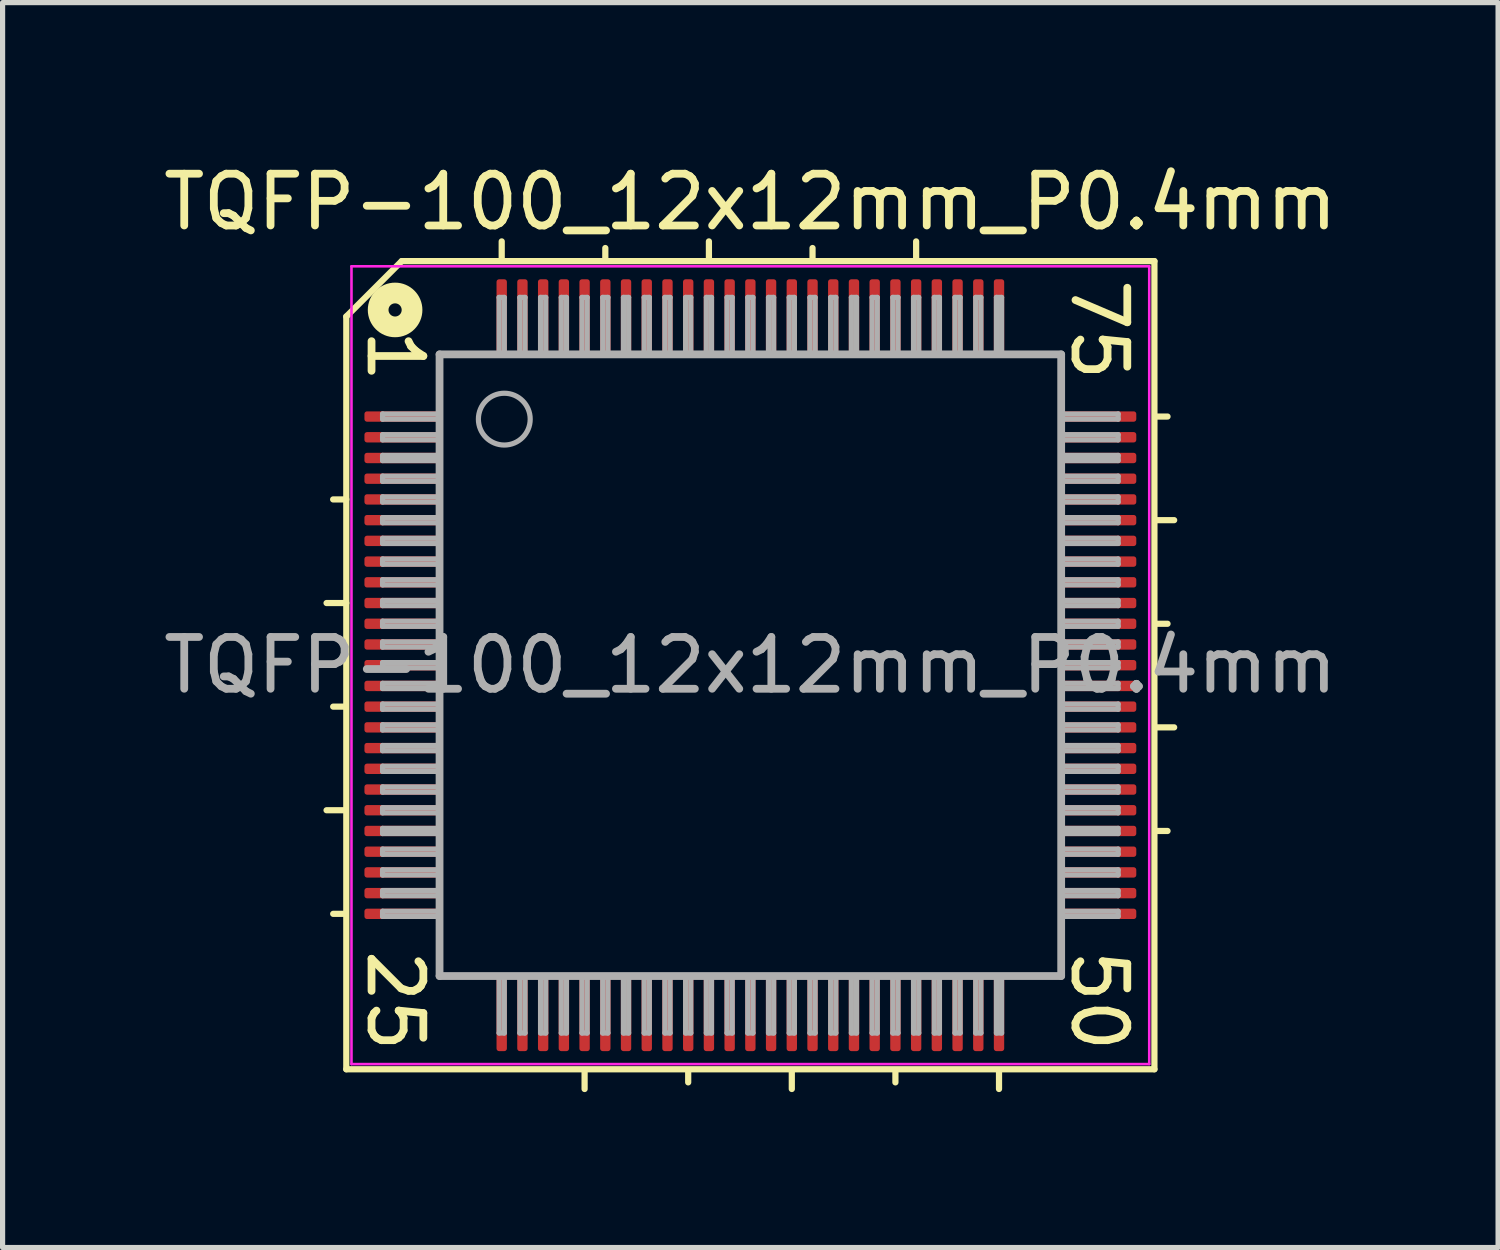
<source format=kicad_pcb>
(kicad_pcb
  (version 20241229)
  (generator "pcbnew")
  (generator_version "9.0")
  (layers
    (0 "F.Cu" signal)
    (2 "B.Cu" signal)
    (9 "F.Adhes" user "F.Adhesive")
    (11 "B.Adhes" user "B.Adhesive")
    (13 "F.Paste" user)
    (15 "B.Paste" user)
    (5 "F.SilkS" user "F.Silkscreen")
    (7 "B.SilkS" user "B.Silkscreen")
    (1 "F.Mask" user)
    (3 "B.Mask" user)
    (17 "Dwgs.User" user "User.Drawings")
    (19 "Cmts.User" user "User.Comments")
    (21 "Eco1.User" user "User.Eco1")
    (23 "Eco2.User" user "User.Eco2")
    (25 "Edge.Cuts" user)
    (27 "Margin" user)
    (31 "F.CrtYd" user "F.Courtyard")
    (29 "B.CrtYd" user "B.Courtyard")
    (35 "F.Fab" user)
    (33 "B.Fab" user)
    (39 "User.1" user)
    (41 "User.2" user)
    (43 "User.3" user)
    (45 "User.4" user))
  (footprint "TQFP-100_12x12mm_P0.4mm"
    (layer "F.Cu")
    (at 11.435 9.791)
    (property "Reference" "TQFP-100_12x12mm_P0.4mm" (at 0 -8.943 0) (layer "F.SilkS") (effects (font (size 1 1) (thickness 0.15))))
    (attr smd)
    (fp_line (start -8.181 -1.2) (end -7.8 -1.2) (stroke (width 0.12) (type solid)) (layer "F.SilkS"))
    (fp_line (start -8.181 2.8) (end -7.853 2.8) (stroke (width 0.12) (type solid)) (layer "F.SilkS"))
    (fp_line (start -8.053 0.8) (end -7.853 0.8) (stroke (width 0.12) (type solid)) (layer "F.SilkS"))
    (fp_line (start -8.053 4.8) (end -7.853 4.8) (stroke (width 0.12) (type solid)) (layer "F.SilkS"))
    (fp_line (start -7.8 -6.731) (end -7.8 7.8) (stroke (width 0.12) (type solid)) (layer "F.SilkS"))
    (fp_line (start -7.8 -3.2) (end -8.054 -3.2) (stroke (width 0.12) (type solid)) (layer "F.SilkS"))
    (fp_line (start -7.8 7.8) (end 7.8 7.8) (stroke (width 0.12) (type solid)) (layer "F.SilkS"))
    (fp_line (start -6.731 -7.8) (end -7.8 -6.731) (stroke (width 0.12) (type solid)) (layer "F.SilkS"))
    (fp_line (start -4.8 -8.181) (end -4.8 -7.853) (stroke (width 0.12) (type solid)) (layer "F.SilkS"))
    (fp_line (start -3.2 8.181) (end -3.2 7.853) (stroke (width 0.12) (type solid)) (layer "F.SilkS"))
    (fp_line (start -2.8 -8.053) (end -2.8 -7.853) (stroke (width 0.12) (type solid)) (layer "F.SilkS"))
    (fp_line (start -1.2 8.053) (end -1.2 7.853) (stroke (width 0.12) (type solid)) (layer "F.SilkS"))
    (fp_line (start -0.8 -8.181) (end -0.8 -7.853) (stroke (width 0.12) (type solid)) (layer "F.SilkS"))
    (fp_line (start 0.8 8.181) (end 0.8 7.853) (stroke (width 0.12) (type solid)) (layer "F.SilkS"))
    (fp_line (start 1.2 -8.053) (end 1.2 -7.853) (stroke (width 0.12) (type solid)) (layer "F.SilkS"))
    (fp_line (start 2.8 8.053) (end 2.8 7.853) (stroke (width 0.12) (type solid)) (layer "F.SilkS"))
    (fp_line (start 3.2 -8.181) (end 3.2 -7.853) (stroke (width 0.12) (type solid)) (layer "F.SilkS"))
    (fp_line (start 4.8 8.181) (end 4.8 7.853) (stroke (width 0.12) (type solid)) (layer "F.SilkS"))
    (fp_line (start 7.8 -7.8) (end -6.731 -7.8) (stroke (width 0.12) (type solid)) (layer "F.SilkS"))
    (fp_line (start 7.8 7.8) (end 7.8 -7.8) (stroke (width 0.12) (type solid)) (layer "F.SilkS"))
    (fp_line (start 8.053 -4.8) (end 7.853 -4.8) (stroke (width 0.12) (type solid)) (layer "F.SilkS"))
    (fp_line (start 8.053 -0.8) (end 7.853 -0.8) (stroke (width 0.12) (type solid)) (layer "F.SilkS"))
    (fp_line (start 8.053 3.2) (end 7.853 3.2) (stroke (width 0.12) (type solid)) (layer "F.SilkS"))
    (fp_line (start 8.181 -2.8) (end 7.853 -2.8) (stroke (width 0.12) (type solid)) (layer "F.SilkS"))
    (fp_line (start 8.181 1.2) (end 7.853 1.2) (stroke (width 0.12) (type solid)) (layer "F.SilkS"))
    (fp_circle (center -6.858 -6.858) (end -6.731 -6.858) (stroke (width 0.4) (type solid)) (fill no) (layer "F.SilkS"))
    (fp_line (start -7.7 -7.7) (end -7.7 7.7) (stroke (width 0.05) (type solid)) (layer "F.CrtYd"))
    (fp_line (start -7.7 -7.7) (end 7.7 -7.7) (stroke (width 0.05) (type solid)) (layer "F.CrtYd"))
    (fp_line (start -7.7 7.7) (end 7.7 7.7) (stroke (width 0.05) (type solid)) (layer "F.CrtYd"))
    (fp_line (start 7.7 -7.7) (end 7.7 7.7) (stroke (width 0.05) (type solid)) (layer "F.CrtYd"))
    (fp_line (start -7.1 -4.85) (end -7.1 -4.75) (stroke (width 0.1) (type solid)) (layer "F.Fab"))
    (fp_line (start -7.1 -4.85) (end -6 -4.85) (stroke (width 0.1) (type solid)) (layer "F.Fab"))
    (fp_line (start -7.1 -4.75) (end -6 -4.75) (stroke (width 0.1) (type solid)) (layer "F.Fab"))
    (fp_line (start -7.1 -4.45) (end -7.1 -4.35) (stroke (width 0.1) (type solid)) (layer "F.Fab"))
    (fp_line (start -7.1 -4.45) (end -6 -4.45) (stroke (width 0.1) (type solid)) (layer "F.Fab"))
    (fp_line (start -7.1 -4.35) (end -6 -4.35) (stroke (width 0.1) (type solid)) (layer "F.Fab"))
    (fp_line (start -7.1 -4.05) (end -7.1 -3.95) (stroke (width 0.1) (type solid)) (layer "F.Fab"))
    (fp_line (start -7.1 -4.05) (end -6 -4.05) (stroke (width 0.1) (type solid)) (layer "F.Fab"))
    (fp_line (start -7.1 -3.95) (end -6 -3.95) (stroke (width 0.1) (type solid)) (layer "F.Fab"))
    (fp_line (start -7.1 -3.65) (end -7.1 -3.55) (stroke (width 0.1) (type solid)) (layer "F.Fab"))
    (fp_line (start -7.1 -3.65) (end -6 -3.65) (stroke (width 0.1) (type solid)) (layer "F.Fab"))
    (fp_line (start -7.1 -3.55) (end -6 -3.55) (stroke (width 0.1) (type solid)) (layer "F.Fab"))
    (fp_line (start -7.1 -3.25) (end -7.1 -3.15) (stroke (width 0.1) (type solid)) (layer "F.Fab"))
    (fp_line (start -7.1 -3.25) (end -6 -3.25) (stroke (width 0.1) (type solid)) (layer "F.Fab"))
    (fp_line (start -7.1 -3.15) (end -6 -3.15) (stroke (width 0.1) (type solid)) (layer "F.Fab"))
    (fp_line (start -7.1 -2.85) (end -7.1 -2.75) (stroke (width 0.1) (type solid)) (layer "F.Fab"))
    (fp_line (start -7.1 -2.85) (end -6 -2.85) (stroke (width 0.1) (type solid)) (layer "F.Fab"))
    (fp_line (start -7.1 -2.75) (end -6 -2.75) (stroke (width 0.1) (type solid)) (layer "F.Fab"))
    (fp_line (start -7.1 -2.45) (end -7.1 -2.35) (stroke (width 0.1) (type solid)) (layer "F.Fab"))
    (fp_line (start -7.1 -2.45) (end -6 -2.45) (stroke (width 0.1) (type solid)) (layer "F.Fab"))
    (fp_line (start -7.1 -2.35) (end -6 -2.35) (stroke (width 0.1) (type solid)) (layer "F.Fab"))
    (fp_line (start -7.1 -2.05) (end -7.1 -1.95) (stroke (width 0.1) (type solid)) (layer "F.Fab"))
    (fp_line (start -7.1 -2.05) (end -6 -2.05) (stroke (width 0.1) (type solid)) (layer "F.Fab"))
    (fp_line (start -7.1 -1.95) (end -6 -1.95) (stroke (width 0.1) (type solid)) (layer "F.Fab"))
    (fp_line (start -7.1 -1.65) (end -7.1 -1.55) (stroke (width 0.1) (type solid)) (layer "F.Fab"))
    (fp_line (start -7.1 -1.65) (end -6 -1.65) (stroke (width 0.1) (type solid)) (layer "F.Fab"))
    (fp_line (start -7.1 -1.55) (end -6 -1.55) (stroke (width 0.1) (type solid)) (layer "F.Fab"))
    (fp_line (start -7.1 -1.25) (end -7.1 -1.15) (stroke (width 0.1) (type solid)) (layer "F.Fab"))
    (fp_line (start -7.1 -1.25) (end -6 -1.25) (stroke (width 0.1) (type solid)) (layer "F.Fab"))
    (fp_line (start -7.1 -1.15) (end -6 -1.15) (stroke (width 0.1) (type solid)) (layer "F.Fab"))
    (fp_line (start -7.1 -0.85) (end -7.1 -0.75) (stroke (width 0.1) (type solid)) (layer "F.Fab"))
    (fp_line (start -7.1 -0.85) (end -6 -0.85) (stroke (width 0.1) (type solid)) (layer "F.Fab"))
    (fp_line (start -7.1 -0.75) (end -6 -0.75) (stroke (width 0.1) (type solid)) (layer "F.Fab"))
    (fp_line (start -7.1 -0.45) (end -7.1 -0.35) (stroke (width 0.1) (type solid)) (layer "F.Fab"))
    (fp_line (start -7.1 -0.45) (end -6 -0.45) (stroke (width 0.1) (type solid)) (layer "F.Fab"))
    (fp_line (start -7.1 -0.35) (end -6 -0.35) (stroke (width 0.1) (type solid)) (layer "F.Fab"))
    (fp_line (start -7.1 -0.05) (end -7.1 0.05) (stroke (width 0.1) (type solid)) (layer "F.Fab"))
    (fp_line (start -7.1 -0.05) (end -6 -0.05) (stroke (width 0.1) (type solid)) (layer "F.Fab"))
    (fp_line (start -7.1 0.05) (end -6 0.05) (stroke (width 0.1) (type solid)) (layer "F.Fab"))
    (fp_line (start -7.1 0.35) (end -7.1 0.45) (stroke (width 0.1) (type solid)) (layer "F.Fab"))
    (fp_line (start -7.1 0.35) (end -6 0.35) (stroke (width 0.1) (type solid)) (layer "F.Fab"))
    (fp_line (start -7.1 0.45) (end -6 0.45) (stroke (width 0.1) (type solid)) (layer "F.Fab"))
    (fp_line (start -7.1 0.75) (end -7.1 0.85) (stroke (width 0.1) (type solid)) (layer "F.Fab"))
    (fp_line (start -7.1 0.75) (end -6 0.75) (stroke (width 0.1) (type solid)) (layer "F.Fab"))
    (fp_line (start -7.1 0.85) (end -6 0.85) (stroke (width 0.1) (type solid)) (layer "F.Fab"))
    (fp_line (start -7.1 1.15) (end -7.1 1.25) (stroke (width 0.1) (type solid)) (layer "F.Fab"))
    (fp_line (start -7.1 1.15) (end -6 1.15) (stroke (width 0.1) (type solid)) (layer "F.Fab"))
    (fp_line (start -7.1 1.25) (end -6 1.25) (stroke (width 0.1) (type solid)) (layer "F.Fab"))
    (fp_line (start -7.1 1.55) (end -7.1 1.65) (stroke (width 0.1) (type solid)) (layer "F.Fab"))
    (fp_line (start -7.1 1.55) (end -6 1.55) (stroke (width 0.1) (type solid)) (layer "F.Fab"))
    (fp_line (start -7.1 1.65) (end -6 1.65) (stroke (width 0.1) (type solid)) (layer "F.Fab"))
    (fp_line (start -7.1 1.95) (end -7.1 2.05) (stroke (width 0.1) (type solid)) (layer "F.Fab"))
    (fp_line (start -7.1 1.95) (end -6 1.95) (stroke (width 0.1) (type solid)) (layer "F.Fab"))
    (fp_line (start -7.1 2.05) (end -6 2.05) (stroke (width 0.1) (type solid)) (layer "F.Fab"))
    (fp_line (start -7.1 2.35) (end -7.1 2.45) (stroke (width 0.1) (type solid)) (layer "F.Fab"))
    (fp_line (start -7.1 2.35) (end -6 2.35) (stroke (width 0.1) (type solid)) (layer "F.Fab"))
    (fp_line (start -7.1 2.45) (end -6 2.45) (stroke (width 0.1) (type solid)) (layer "F.Fab"))
    (fp_line (start -7.1 2.75) (end -7.1 2.85) (stroke (width 0.1) (type solid)) (layer "F.Fab"))
    (fp_line (start -7.1 2.75) (end -6 2.75) (stroke (width 0.1) (type solid)) (layer "F.Fab"))
    (fp_line (start -7.1 2.85) (end -6 2.85) (stroke (width 0.1) (type solid)) (layer "F.Fab"))
    (fp_line (start -7.1 3.15) (end -7.1 3.25) (stroke (width 0.1) (type solid)) (layer "F.Fab"))
    (fp_line (start -7.1 3.15) (end -6 3.15) (stroke (width 0.1) (type solid)) (layer "F.Fab"))
    (fp_line (start -7.1 3.25) (end -6 3.25) (stroke (width 0.1) (type solid)) (layer "F.Fab"))
    (fp_line (start -7.1 3.55) (end -7.1 3.65) (stroke (width 0.1) (type solid)) (layer "F.Fab"))
    (fp_line (start -7.1 3.55) (end -6 3.55) (stroke (width 0.1) (type solid)) (layer "F.Fab"))
    (fp_line (start -7.1 3.65) (end -6 3.65) (stroke (width 0.1) (type solid)) (layer "F.Fab"))
    (fp_line (start -7.1 3.95) (end -7.1 4.05) (stroke (width 0.1) (type solid)) (layer "F.Fab"))
    (fp_line (start -7.1 3.95) (end -6 3.95) (stroke (width 0.1) (type solid)) (layer "F.Fab"))
    (fp_line (start -7.1 4.05) (end -6 4.05) (stroke (width 0.1) (type solid)) (layer "F.Fab"))
    (fp_line (start -7.1 4.35) (end -7.1 4.45) (stroke (width 0.1) (type solid)) (layer "F.Fab"))
    (fp_line (start -7.1 4.35) (end -6 4.35) (stroke (width 0.1) (type solid)) (layer "F.Fab"))
    (fp_line (start -7.1 4.45) (end -6 4.45) (stroke (width 0.1) (type solid)) (layer "F.Fab"))
    (fp_line (start -7.1 4.75) (end -7.1 4.85) (stroke (width 0.1) (type solid)) (layer "F.Fab"))
    (fp_line (start -7.1 4.75) (end -6 4.75) (stroke (width 0.1) (type solid)) (layer "F.Fab"))
    (fp_line (start -7.1 4.85) (end -6 4.85) (stroke (width 0.1) (type solid)) (layer "F.Fab"))
    (fp_line (start -6 -6) (end 6 -6) (stroke (width 0.15) (type solid)) (layer "F.Fab"))
    (fp_line (start -6 6) (end -6 -6) (stroke (width 0.15) (type solid)) (layer "F.Fab"))
    (fp_line (start -4.85 -7.1) (end -4.85 -6) (stroke (width 0.1) (type solid)) (layer "F.Fab"))
    (fp_line (start -4.85 7.1) (end -4.85 6) (stroke (width 0.1) (type solid)) (layer "F.Fab"))
    (fp_line (start -4.85 7.1) (end -4.75 7.1) (stroke (width 0.1) (type solid)) (layer "F.Fab"))
    (fp_line (start -4.75 -7.1) (end -4.85 -7.1) (stroke (width 0.1) (type solid)) (layer "F.Fab"))
    (fp_line (start -4.75 -7.1) (end -4.75 -6) (stroke (width 0.1) (type solid)) (layer "F.Fab"))
    (fp_line (start -4.75 7.1) (end -4.75 6) (stroke (width 0.1) (type solid)) (layer "F.Fab"))
    (fp_line (start -4.45 -7.1) (end -4.45 -6) (stroke (width 0.1) (type solid)) (layer "F.Fab"))
    (fp_line (start -4.45 7.1) (end -4.45 6) (stroke (width 0.1) (type solid)) (layer "F.Fab"))
    (fp_line (start -4.45 7.1) (end -4.35 7.1) (stroke (width 0.1) (type solid)) (layer "F.Fab"))
    (fp_line (start -4.35 -7.1) (end -4.45 -7.1) (stroke (width 0.1) (type solid)) (layer "F.Fab"))
    (fp_line (start -4.35 -7.1) (end -4.35 -6) (stroke (width 0.1) (type solid)) (layer "F.Fab"))
    (fp_line (start -4.35 7.1) (end -4.35 6) (stroke (width 0.1) (type solid)) (layer "F.Fab"))
    (fp_line (start -4.05 -7.1) (end -4.05 -6) (stroke (width 0.1) (type solid)) (layer "F.Fab"))
    (fp_line (start -4.05 7.1) (end -4.05 6) (stroke (width 0.1) (type solid)) (layer "F.Fab"))
    (fp_line (start -4.05 7.1) (end -3.95 7.1) (stroke (width 0.1) (type solid)) (layer "F.Fab"))
    (fp_line (start -3.95 -7.1) (end -4.05 -7.1) (stroke (width 0.1) (type solid)) (layer "F.Fab"))
    (fp_line (start -3.95 -7.1) (end -3.95 -6) (stroke (width 0.1) (type solid)) (layer "F.Fab"))
    (fp_line (start -3.95 7.1) (end -3.95 6) (stroke (width 0.1) (type solid)) (layer "F.Fab"))
    (fp_line (start -3.65 -7.1) (end -3.65 -6) (stroke (width 0.1) (type solid)) (layer "F.Fab"))
    (fp_line (start -3.65 7.1) (end -3.65 6) (stroke (width 0.1) (type solid)) (layer "F.Fab"))
    (fp_line (start -3.65 7.1) (end -3.55 7.1) (stroke (width 0.1) (type solid)) (layer "F.Fab"))
    (fp_line (start -3.55 -7.1) (end -3.65 -7.1) (stroke (width 0.1) (type solid)) (layer "F.Fab"))
    (fp_line (start -3.55 -7.1) (end -3.55 -6) (stroke (width 0.1) (type solid)) (layer "F.Fab"))
    (fp_line (start -3.55 7.1) (end -3.55 6) (stroke (width 0.1) (type solid)) (layer "F.Fab"))
    (fp_line (start -3.25 -7.1) (end -3.25 -6) (stroke (width 0.1) (type solid)) (layer "F.Fab"))
    (fp_line (start -3.25 7.1) (end -3.25 6) (stroke (width 0.1) (type solid)) (layer "F.Fab"))
    (fp_line (start -3.25 7.1) (end -3.15 7.1) (stroke (width 0.1) (type solid)) (layer "F.Fab"))
    (fp_line (start -3.15 -7.1) (end -3.25 -7.1) (stroke (width 0.1) (type solid)) (layer "F.Fab"))
    (fp_line (start -3.15 -7.1) (end -3.15 -6) (stroke (width 0.1) (type solid)) (layer "F.Fab"))
    (fp_line (start -3.15 7.1) (end -3.15 6) (stroke (width 0.1) (type solid)) (layer "F.Fab"))
    (fp_line (start -2.85 -7.1) (end -2.85 -6) (stroke (width 0.1) (type solid)) (layer "F.Fab"))
    (fp_line (start -2.85 7.1) (end -2.85 6) (stroke (width 0.1) (type solid)) (layer "F.Fab"))
    (fp_line (start -2.85 7.1) (end -2.75 7.1) (stroke (width 0.1) (type solid)) (layer "F.Fab"))
    (fp_line (start -2.75 -7.1) (end -2.85 -7.1) (stroke (width 0.1) (type solid)) (layer "F.Fab"))
    (fp_line (start -2.75 -7.1) (end -2.75 -6) (stroke (width 0.1) (type solid)) (layer "F.Fab"))
    (fp_line (start -2.75 7.1) (end -2.75 6) (stroke (width 0.1) (type solid)) (layer "F.Fab"))
    (fp_line (start -2.45 -7.1) (end -2.45 -6) (stroke (width 0.1) (type solid)) (layer "F.Fab"))
    (fp_line (start -2.45 7.1) (end -2.45 6) (stroke (width 0.1) (type solid)) (layer "F.Fab"))
    (fp_line (start -2.45 7.1) (end -2.35 7.1) (stroke (width 0.1) (type solid)) (layer "F.Fab"))
    (fp_line (start -2.35 -7.1) (end -2.45 -7.1) (stroke (width 0.1) (type solid)) (layer "F.Fab"))
    (fp_line (start -2.35 -7.1) (end -2.35 -6) (stroke (width 0.1) (type solid)) (layer "F.Fab"))
    (fp_line (start -2.35 7.1) (end -2.35 6) (stroke (width 0.1) (type solid)) (layer "F.Fab"))
    (fp_line (start -2.05 -7.1) (end -2.05 -6) (stroke (width 0.1) (type solid)) (layer "F.Fab"))
    (fp_line (start -2.05 7.1) (end -2.05 6) (stroke (width 0.1) (type solid)) (layer "F.Fab"))
    (fp_line (start -2.05 7.1) (end -1.95 7.1) (stroke (width 0.1) (type solid)) (layer "F.Fab"))
    (fp_line (start -1.95 -7.1) (end -2.05 -7.1) (stroke (width 0.1) (type solid)) (layer "F.Fab"))
    (fp_line (start -1.95 -7.1) (end -1.95 -6) (stroke (width 0.1) (type solid)) (layer "F.Fab"))
    (fp_line (start -1.95 7.1) (end -1.95 6) (stroke (width 0.1) (type solid)) (layer "F.Fab"))
    (fp_line (start -1.65 -7.1) (end -1.65 -6) (stroke (width 0.1) (type solid)) (layer "F.Fab"))
    (fp_line (start -1.65 7.1) (end -1.65 6) (stroke (width 0.1) (type solid)) (layer "F.Fab"))
    (fp_line (start -1.65 7.1) (end -1.55 7.1) (stroke (width 0.1) (type solid)) (layer "F.Fab"))
    (fp_line (start -1.55 -7.1) (end -1.65 -7.1) (stroke (width 0.1) (type solid)) (layer "F.Fab"))
    (fp_line (start -1.55 -7.1) (end -1.55 -6) (stroke (width 0.1) (type solid)) (layer "F.Fab"))
    (fp_line (start -1.55 7.1) (end -1.55 6) (stroke (width 0.1) (type solid)) (layer "F.Fab"))
    (fp_line (start -1.25 -7.1) (end -1.25 -6) (stroke (width 0.1) (type solid)) (layer "F.Fab"))
    (fp_line (start -1.25 7.1) (end -1.25 6) (stroke (width 0.1) (type solid)) (layer "F.Fab"))
    (fp_line (start -1.25 7.1) (end -1.15 7.1) (stroke (width 0.1) (type solid)) (layer "F.Fab"))
    (fp_line (start -1.15 -7.1) (end -1.25 -7.1) (stroke (width 0.1) (type solid)) (layer "F.Fab"))
    (fp_line (start -1.15 -7.1) (end -1.15 -6) (stroke (width 0.1) (type solid)) (layer "F.Fab"))
    (fp_line (start -1.15 7.1) (end -1.15 6) (stroke (width 0.1) (type solid)) (layer "F.Fab"))
    (fp_line (start -0.85 -7.1) (end -0.85 -6) (stroke (width 0.1) (type solid)) (layer "F.Fab"))
    (fp_line (start -0.85 7.1) (end -0.85 6) (stroke (width 0.1) (type solid)) (layer "F.Fab"))
    (fp_line (start -0.85 7.1) (end -0.75 7.1) (stroke (width 0.1) (type solid)) (layer "F.Fab"))
    (fp_line (start -0.75 -7.1) (end -0.85 -7.1) (stroke (width 0.1) (type solid)) (layer "F.Fab"))
    (fp_line (start -0.75 -7.1) (end -0.75 -6) (stroke (width 0.1) (type solid)) (layer "F.Fab"))
    (fp_line (start -0.75 7.1) (end -0.75 6) (stroke (width 0.1) (type solid)) (layer "F.Fab"))
    (fp_line (start -0.45 -7.1) (end -0.45 -6) (stroke (width 0.1) (type solid)) (layer "F.Fab"))
    (fp_line (start -0.45 7.1) (end -0.45 6) (stroke (width 0.1) (type solid)) (layer "F.Fab"))
    (fp_line (start -0.45 7.1) (end -0.35 7.1) (stroke (width 0.1) (type solid)) (layer "F.Fab"))
    (fp_line (start -0.35 -7.1) (end -0.45 -7.1) (stroke (width 0.1) (type solid)) (layer "F.Fab"))
    (fp_line (start -0.35 -7.1) (end -0.35 -6) (stroke (width 0.1) (type solid)) (layer "F.Fab"))
    (fp_line (start -0.35 7.1) (end -0.35 6) (stroke (width 0.1) (type solid)) (layer "F.Fab"))
    (fp_line (start -0.05 -7.1) (end -0.05 -6) (stroke (width 0.1) (type solid)) (layer "F.Fab"))
    (fp_line (start -0.05 7.1) (end -0.05 6) (stroke (width 0.1) (type solid)) (layer "F.Fab"))
    (fp_line (start -0.05 7.1) (end 0.05 7.1) (stroke (width 0.1) (type solid)) (layer "F.Fab"))
    (fp_line (start 0.05 -7.1) (end -0.05 -7.1) (stroke (width 0.1) (type solid)) (layer "F.Fab"))
    (fp_line (start 0.05 -7.1) (end 0.05 -6) (stroke (width 0.1) (type solid)) (layer "F.Fab"))
    (fp_line (start 0.05 7.1) (end 0.05 6) (stroke (width 0.1) (type solid)) (layer "F.Fab"))
    (fp_line (start 0.35 -7.1) (end 0.35 -6) (stroke (width 0.1) (type solid)) (layer "F.Fab"))
    (fp_line (start 0.35 7.1) (end 0.35 6) (stroke (width 0.1) (type solid)) (layer "F.Fab"))
    (fp_line (start 0.35 7.1) (end 0.45 7.1) (stroke (width 0.1) (type solid)) (layer "F.Fab"))
    (fp_line (start 0.45 -7.1) (end 0.35 -7.1) (stroke (width 0.1) (type solid)) (layer "F.Fab"))
    (fp_line (start 0.45 -7.1) (end 0.45 -6) (stroke (width 0.1) (type solid)) (layer "F.Fab"))
    (fp_line (start 0.45 7.1) (end 0.45 6) (stroke (width 0.1) (type solid)) (layer "F.Fab"))
    (fp_line (start 0.75 -7.1) (end 0.75 -6) (stroke (width 0.1) (type solid)) (layer "F.Fab"))
    (fp_line (start 0.75 7.1) (end 0.75 6) (stroke (width 0.1) (type solid)) (layer "F.Fab"))
    (fp_line (start 0.75 7.1) (end 0.85 7.1) (stroke (width 0.1) (type solid)) (layer "F.Fab"))
    (fp_line (start 0.85 -7.1) (end 0.75 -7.1) (stroke (width 0.1) (type solid)) (layer "F.Fab"))
    (fp_line (start 0.85 -7.1) (end 0.85 -6) (stroke (width 0.1) (type solid)) (layer "F.Fab"))
    (fp_line (start 0.85 7.1) (end 0.85 6) (stroke (width 0.1) (type solid)) (layer "F.Fab"))
    (fp_line (start 1.15 -7.1) (end 1.15 -6) (stroke (width 0.1) (type solid)) (layer "F.Fab"))
    (fp_line (start 1.15 7.1) (end 1.15 6) (stroke (width 0.1) (type solid)) (layer "F.Fab"))
    (fp_line (start 1.15 7.1) (end 1.25 7.1) (stroke (width 0.1) (type solid)) (layer "F.Fab"))
    (fp_line (start 1.25 -7.1) (end 1.15 -7.1) (stroke (width 0.1) (type solid)) (layer "F.Fab"))
    (fp_line (start 1.25 -7.1) (end 1.25 -6) (stroke (width 0.1) (type solid)) (layer "F.Fab"))
    (fp_line (start 1.25 7.1) (end 1.25 6) (stroke (width 0.1) (type solid)) (layer "F.Fab"))
    (fp_line (start 1.55 -7.1) (end 1.55 -6) (stroke (width 0.1) (type solid)) (layer "F.Fab"))
    (fp_line (start 1.55 7.1) (end 1.55 6) (stroke (width 0.1) (type solid)) (layer "F.Fab"))
    (fp_line (start 1.55 7.1) (end 1.65 7.1) (stroke (width 0.1) (type solid)) (layer "F.Fab"))
    (fp_line (start 1.65 -7.1) (end 1.55 -7.1) (stroke (width 0.1) (type solid)) (layer "F.Fab"))
    (fp_line (start 1.65 -7.1) (end 1.65 -6) (stroke (width 0.1) (type solid)) (layer "F.Fab"))
    (fp_line (start 1.65 7.1) (end 1.65 6) (stroke (width 0.1) (type solid)) (layer "F.Fab"))
    (fp_line (start 1.95 -7.1) (end 1.95 -6) (stroke (width 0.1) (type solid)) (layer "F.Fab"))
    (fp_line (start 1.95 7.1) (end 1.95 6) (stroke (width 0.1) (type solid)) (layer "F.Fab"))
    (fp_line (start 1.95 7.1) (end 2.05 7.1) (stroke (width 0.1) (type solid)) (layer "F.Fab"))
    (fp_line (start 2.05 -7.1) (end 1.95 -7.1) (stroke (width 0.1) (type solid)) (layer "F.Fab"))
    (fp_line (start 2.05 -7.1) (end 2.05 -6) (stroke (width 0.1) (type solid)) (layer "F.Fab"))
    (fp_line (start 2.05 7.1) (end 2.05 6) (stroke (width 0.1) (type solid)) (layer "F.Fab"))
    (fp_line (start 2.35 -7.1) (end 2.35 -6) (stroke (width 0.1) (type solid)) (layer "F.Fab"))
    (fp_line (start 2.35 7.1) (end 2.35 6) (stroke (width 0.1) (type solid)) (layer "F.Fab"))
    (fp_line (start 2.35 7.1) (end 2.45 7.1) (stroke (width 0.1) (type solid)) (layer "F.Fab"))
    (fp_line (start 2.45 -7.1) (end 2.35 -7.1) (stroke (width 0.1) (type solid)) (layer "F.Fab"))
    (fp_line (start 2.45 -7.1) (end 2.45 -6) (stroke (width 0.1) (type solid)) (layer "F.Fab"))
    (fp_line (start 2.45 7.1) (end 2.45 6) (stroke (width 0.1) (type solid)) (layer "F.Fab"))
    (fp_line (start 2.75 -7.1) (end 2.75 -6) (stroke (width 0.1) (type solid)) (layer "F.Fab"))
    (fp_line (start 2.75 7.1) (end 2.75 6) (stroke (width 0.1) (type solid)) (layer "F.Fab"))
    (fp_line (start 2.75 7.1) (end 2.85 7.1) (stroke (width 0.1) (type solid)) (layer "F.Fab"))
    (fp_line (start 2.85 -7.1) (end 2.75 -7.1) (stroke (width 0.1) (type solid)) (layer "F.Fab"))
    (fp_line (start 2.85 -7.1) (end 2.85 -6) (stroke (width 0.1) (type solid)) (layer "F.Fab"))
    (fp_line (start 2.85 7.1) (end 2.85 6) (stroke (width 0.1) (type solid)) (layer "F.Fab"))
    (fp_line (start 3.15 -7.1) (end 3.15 -6) (stroke (width 0.1) (type solid)) (layer "F.Fab"))
    (fp_line (start 3.15 7.1) (end 3.15 6) (stroke (width 0.1) (type solid)) (layer "F.Fab"))
    (fp_line (start 3.15 7.1) (end 3.25 7.1) (stroke (width 0.1) (type solid)) (layer "F.Fab"))
    (fp_line (start 3.25 -7.1) (end 3.15 -7.1) (stroke (width 0.1) (type solid)) (layer "F.Fab"))
    (fp_line (start 3.25 -7.1) (end 3.25 -6) (stroke (width 0.1) (type solid)) (layer "F.Fab"))
    (fp_line (start 3.25 7.1) (end 3.25 6) (stroke (width 0.1) (type solid)) (layer "F.Fab"))
    (fp_line (start 3.55 -7.1) (end 3.55 -6) (stroke (width 0.1) (type solid)) (layer "F.Fab"))
    (fp_line (start 3.55 7.1) (end 3.55 6) (stroke (width 0.1) (type solid)) (layer "F.Fab"))
    (fp_line (start 3.55 7.1) (end 3.65 7.1) (stroke (width 0.1) (type solid)) (layer "F.Fab"))
    (fp_line (start 3.65 -7.1) (end 3.55 -7.1) (stroke (width 0.1) (type solid)) (layer "F.Fab"))
    (fp_line (start 3.65 -7.1) (end 3.65 -6) (stroke (width 0.1) (type solid)) (layer "F.Fab"))
    (fp_line (start 3.65 7.1) (end 3.65 6) (stroke (width 0.1) (type solid)) (layer "F.Fab"))
    (fp_line (start 3.95 -7.1) (end 3.95 -6) (stroke (width 0.1) (type solid)) (layer "F.Fab"))
    (fp_line (start 3.95 7.1) (end 3.95 6) (stroke (width 0.1) (type solid)) (layer "F.Fab"))
    (fp_line (start 3.95 7.1) (end 4.05 7.1) (stroke (width 0.1) (type solid)) (layer "F.Fab"))
    (fp_line (start 4.05 -7.1) (end 3.95 -7.1) (stroke (width 0.1) (type solid)) (layer "F.Fab"))
    (fp_line (start 4.05 -7.1) (end 4.05 -6) (stroke (width 0.1) (type solid)) (layer "F.Fab"))
    (fp_line (start 4.05 7.1) (end 4.05 6) (stroke (width 0.1) (type solid)) (layer "F.Fab"))
    (fp_line (start 4.35 -7.1) (end 4.35 -6) (stroke (width 0.1) (type solid)) (layer "F.Fab"))
    (fp_line (start 4.35 7.1) (end 4.35 6) (stroke (width 0.1) (type solid)) (layer "F.Fab"))
    (fp_line (start 4.35 7.1) (end 4.45 7.1) (stroke (width 0.1) (type solid)) (layer "F.Fab"))
    (fp_line (start 4.45 -7.1) (end 4.35 -7.1) (stroke (width 0.1) (type solid)) (layer "F.Fab"))
    (fp_line (start 4.45 -7.1) (end 4.45 -6) (stroke (width 0.1) (type solid)) (layer "F.Fab"))
    (fp_line (start 4.45 7.1) (end 4.45 6) (stroke (width 0.1) (type solid)) (layer "F.Fab"))
    (fp_line (start 4.75 -7.1) (end 4.75 -6) (stroke (width 0.1) (type solid)) (layer "F.Fab"))
    (fp_line (start 4.75 7.1) (end 4.75 6) (stroke (width 0.1) (type solid)) (layer "F.Fab"))
    (fp_line (start 4.75 7.1) (end 4.85 7.1) (stroke (width 0.1) (type solid)) (layer "F.Fab"))
    (fp_line (start 4.85 -7.1) (end 4.75 -7.1) (stroke (width 0.1) (type solid)) (layer "F.Fab"))
    (fp_line (start 4.85 -7.1) (end 4.85 -6) (stroke (width 0.1) (type solid)) (layer "F.Fab"))
    (fp_line (start 4.85 7.1) (end 4.85 6) (stroke (width 0.1) (type solid)) (layer "F.Fab"))
    (fp_line (start 6 -6) (end 6 6) (stroke (width 0.15) (type solid)) (layer "F.Fab"))
    (fp_line (start 6 6) (end -6 6) (stroke (width 0.15) (type solid)) (layer "F.Fab"))
    (fp_line (start 7.1 -4.85) (end 6 -4.85) (stroke (width 0.1) (type solid)) (layer "F.Fab"))
    (fp_line (start 7.1 -4.75) (end 6 -4.75) (stroke (width 0.1) (type solid)) (layer "F.Fab"))
    (fp_line (start 7.1 -4.75) (end 7.1 -4.85) (stroke (width 0.1) (type solid)) (layer "F.Fab"))
    (fp_line (start 7.1 -4.45) (end 6 -4.45) (stroke (width 0.1) (type solid)) (layer "F.Fab"))
    (fp_line (start 7.1 -4.35) (end 6 -4.35) (stroke (width 0.1) (type solid)) (layer "F.Fab"))
    (fp_line (start 7.1 -4.35) (end 7.1 -4.45) (stroke (width 0.1) (type solid)) (layer "F.Fab"))
    (fp_line (start 7.1 -4.05) (end 6 -4.05) (stroke (width 0.1) (type solid)) (layer "F.Fab"))
    (fp_line (start 7.1 -3.95) (end 6 -3.95) (stroke (width 0.1) (type solid)) (layer "F.Fab"))
    (fp_line (start 7.1 -3.95) (end 7.1 -4.05) (stroke (width 0.1) (type solid)) (layer "F.Fab"))
    (fp_line (start 7.1 -3.65) (end 6 -3.65) (stroke (width 0.1) (type solid)) (layer "F.Fab"))
    (fp_line (start 7.1 -3.55) (end 6 -3.55) (stroke (width 0.1) (type solid)) (layer "F.Fab"))
    (fp_line (start 7.1 -3.55) (end 7.1 -3.65) (stroke (width 0.1) (type solid)) (layer "F.Fab"))
    (fp_line (start 7.1 -3.25) (end 6 -3.25) (stroke (width 0.1) (type solid)) (layer "F.Fab"))
    (fp_line (start 7.1 -3.15) (end 6 -3.15) (stroke (width 0.1) (type solid)) (layer "F.Fab"))
    (fp_line (start 7.1 -3.15) (end 7.1 -3.25) (stroke (width 0.1) (type solid)) (layer "F.Fab"))
    (fp_line (start 7.1 -2.85) (end 6 -2.85) (stroke (width 0.1) (type solid)) (layer "F.Fab"))
    (fp_line (start 7.1 -2.75) (end 6 -2.75) (stroke (width 0.1) (type solid)) (layer "F.Fab"))
    (fp_line (start 7.1 -2.75) (end 7.1 -2.85) (stroke (width 0.1) (type solid)) (layer "F.Fab"))
    (fp_line (start 7.1 -2.45) (end 6 -2.45) (stroke (width 0.1) (type solid)) (layer "F.Fab"))
    (fp_line (start 7.1 -2.35) (end 6 -2.35) (stroke (width 0.1) (type solid)) (layer "F.Fab"))
    (fp_line (start 7.1 -2.35) (end 7.1 -2.45) (stroke (width 0.1) (type solid)) (layer "F.Fab"))
    (fp_line (start 7.1 -2.05) (end 6 -2.05) (stroke (width 0.1) (type solid)) (layer "F.Fab"))
    (fp_line (start 7.1 -1.95) (end 6 -1.95) (stroke (width 0.1) (type solid)) (layer "F.Fab"))
    (fp_line (start 7.1 -1.95) (end 7.1 -2.05) (stroke (width 0.1) (type solid)) (layer "F.Fab"))
    (fp_line (start 7.1 -1.65) (end 6 -1.65) (stroke (width 0.1) (type solid)) (layer "F.Fab"))
    (fp_line (start 7.1 -1.55) (end 6 -1.55) (stroke (width 0.1) (type solid)) (layer "F.Fab"))
    (fp_line (start 7.1 -1.55) (end 7.1 -1.65) (stroke (width 0.1) (type solid)) (layer "F.Fab"))
    (fp_line (start 7.1 -1.25) (end 6 -1.25) (stroke (width 0.1) (type solid)) (layer "F.Fab"))
    (fp_line (start 7.1 -1.15) (end 6 -1.15) (stroke (width 0.1) (type solid)) (layer "F.Fab"))
    (fp_line (start 7.1 -1.15) (end 7.1 -1.25) (stroke (width 0.1) (type solid)) (layer "F.Fab"))
    (fp_line (start 7.1 -0.85) (end 6 -0.85) (stroke (width 0.1) (type solid)) (layer "F.Fab"))
    (fp_line (start 7.1 -0.75) (end 6 -0.75) (stroke (width 0.1) (type solid)) (layer "F.Fab"))
    (fp_line (start 7.1 -0.75) (end 7.1 -0.85) (stroke (width 0.1) (type solid)) (layer "F.Fab"))
    (fp_line (start 7.1 -0.45) (end 6 -0.45) (stroke (width 0.1) (type solid)) (layer "F.Fab"))
    (fp_line (start 7.1 -0.35) (end 6 -0.35) (stroke (width 0.1) (type solid)) (layer "F.Fab"))
    (fp_line (start 7.1 -0.35) (end 7.1 -0.45) (stroke (width 0.1) (type solid)) (layer "F.Fab"))
    (fp_line (start 7.1 -0.05) (end 6 -0.05) (stroke (width 0.1) (type solid)) (layer "F.Fab"))
    (fp_line (start 7.1 0.05) (end 6 0.05) (stroke (width 0.1) (type solid)) (layer "F.Fab"))
    (fp_line (start 7.1 0.05) (end 7.1 -0.05) (stroke (width 0.1) (type solid)) (layer "F.Fab"))
    (fp_line (start 7.1 0.35) (end 6 0.35) (stroke (width 0.1) (type solid)) (layer "F.Fab"))
    (fp_line (start 7.1 0.45) (end 6 0.45) (stroke (width 0.1) (type solid)) (layer "F.Fab"))
    (fp_line (start 7.1 0.45) (end 7.1 0.35) (stroke (width 0.1) (type solid)) (layer "F.Fab"))
    (fp_line (start 7.1 0.75) (end 6 0.75) (stroke (width 0.1) (type solid)) (layer "F.Fab"))
    (fp_line (start 7.1 0.85) (end 6 0.85) (stroke (width 0.1) (type solid)) (layer "F.Fab"))
    (fp_line (start 7.1 0.85) (end 7.1 0.75) (stroke (width 0.1) (type solid)) (layer "F.Fab"))
    (fp_line (start 7.1 1.15) (end 6 1.15) (stroke (width 0.1) (type solid)) (layer "F.Fab"))
    (fp_line (start 7.1 1.25) (end 6 1.25) (stroke (width 0.1) (type solid)) (layer "F.Fab"))
    (fp_line (start 7.1 1.25) (end 7.1 1.15) (stroke (width 0.1) (type solid)) (layer "F.Fab"))
    (fp_line (start 7.1 1.55) (end 6 1.55) (stroke (width 0.1) (type solid)) (layer "F.Fab"))
    (fp_line (start 7.1 1.65) (end 6 1.65) (stroke (width 0.1) (type solid)) (layer "F.Fab"))
    (fp_line (start 7.1 1.65) (end 7.1 1.55) (stroke (width 0.1) (type solid)) (layer "F.Fab"))
    (fp_line (start 7.1 1.95) (end 6 1.95) (stroke (width 0.1) (type solid)) (layer "F.Fab"))
    (fp_line (start 7.1 2.05) (end 6 2.05) (stroke (width 0.1) (type solid)) (layer "F.Fab"))
    (fp_line (start 7.1 2.05) (end 7.1 1.95) (stroke (width 0.1) (type solid)) (layer "F.Fab"))
    (fp_line (start 7.1 2.35) (end 6 2.35) (stroke (width 0.1) (type solid)) (layer "F.Fab"))
    (fp_line (start 7.1 2.45) (end 6 2.45) (stroke (width 0.1) (type solid)) (layer "F.Fab"))
    (fp_line (start 7.1 2.45) (end 7.1 2.35) (stroke (width 0.1) (type solid)) (layer "F.Fab"))
    (fp_line (start 7.1 2.75) (end 6 2.75) (stroke (width 0.1) (type solid)) (layer "F.Fab"))
    (fp_line (start 7.1 2.85) (end 6 2.85) (stroke (width 0.1) (type solid)) (layer "F.Fab"))
    (fp_line (start 7.1 2.85) (end 7.1 2.75) (stroke (width 0.1) (type solid)) (layer "F.Fab"))
    (fp_line (start 7.1 3.15) (end 6 3.15) (stroke (width 0.1) (type solid)) (layer "F.Fab"))
    (fp_line (start 7.1 3.25) (end 6 3.25) (stroke (width 0.1) (type solid)) (layer "F.Fab"))
    (fp_line (start 7.1 3.25) (end 7.1 3.15) (stroke (width 0.1) (type solid)) (layer "F.Fab"))
    (fp_line (start 7.1 3.55) (end 6 3.55) (stroke (width 0.1) (type solid)) (layer "F.Fab"))
    (fp_line (start 7.1 3.65) (end 6 3.65) (stroke (width 0.1) (type solid)) (layer "F.Fab"))
    (fp_line (start 7.1 3.65) (end 7.1 3.55) (stroke (width 0.1) (type solid)) (layer "F.Fab"))
    (fp_line (start 7.1 3.95) (end 6 3.95) (stroke (width 0.1) (type solid)) (layer "F.Fab"))
    (fp_line (start 7.1 4.05) (end 6 4.05) (stroke (width 0.1) (type solid)) (layer "F.Fab"))
    (fp_line (start 7.1 4.05) (end 7.1 3.95) (stroke (width 0.1) (type solid)) (layer "F.Fab"))
    (fp_line (start 7.1 4.35) (end 6 4.35) (stroke (width 0.1) (type solid)) (layer "F.Fab"))
    (fp_line (start 7.1 4.45) (end 6 4.45) (stroke (width 0.1) (type solid)) (layer "F.Fab"))
    (fp_line (start 7.1 4.45) (end 7.1 4.35) (stroke (width 0.1) (type solid)) (layer "F.Fab"))
    (fp_line (start 7.1 4.75) (end 6 4.75) (stroke (width 0.1) (type solid)) (layer "F.Fab"))
    (fp_line (start 7.1 4.85) (end 6 4.85) (stroke (width 0.1) (type solid)) (layer "F.Fab"))
    (fp_line (start 7.1 4.85) (end 7.1 4.75) (stroke (width 0.1) (type solid)) (layer "F.Fab"))
    (fp_circle (center -4.75 -4.75) (end -4.25 -4.75) (stroke (width 0.1) (type solid)) (fill no) (layer "F.Fab"))
    (fp_text user "75" (at 6.731 -6.477 270) (unlocked yes) (layer "F.SilkS") (effects (font (size 1 1) (thickness 0.15))))
    (fp_text user "50" (at 6.731 6.477 270) (unlocked yes) (layer "F.SilkS") (effects (font (size 1 1) (thickness 0.15))))
    (fp_text user "1" (at -6.858 -5.969 270) (unlocked yes) (layer "F.SilkS") (effects (font (size 1 1) (thickness 0.15))))
    (fp_text user "25" (at -6.858 6.477 270) (unlocked yes) (layer "F.SilkS") (effects (font (size 1 1) (thickness 0.15))))
    (fp_text user "${REFERENCE}" (at 0 0 0) (layer "F.Fab") (effects (font (size 1 1) (thickness 0.15))))
    (pad "1" smd roundrect (at -6.7 -4.8) (size 1.5 0.2) (layers "F.Cu" "F.Mask" "F.Paste") (roundrect_rratio 0.25))
    (pad "2" smd roundrect (at -6.7 -4.4) (size 1.5 0.2) (layers "F.Cu" "F.Mask" "F.Paste") (roundrect_rratio 0.25))
    (pad "3" smd roundrect (at -6.7 -4) (size 1.5 0.2) (layers "F.Cu" "F.Mask" "F.Paste") (roundrect_rratio 0.25))
    (pad "4" smd roundrect (at -6.7 -3.6) (size 1.5 0.2) (layers "F.Cu" "F.Mask" "F.Paste") (roundrect_rratio 0.25))
    (pad "5" smd roundrect (at -6.7 -3.2) (size 1.5 0.2) (layers "F.Cu" "F.Mask" "F.Paste") (roundrect_rratio 0.25))
    (pad "6" smd roundrect (at -6.7 -2.8) (size 1.5 0.2) (layers "F.Cu" "F.Mask" "F.Paste") (roundrect_rratio 0.25))
    (pad "7" smd roundrect (at -6.7 -2.4) (size 1.5 0.2) (layers "F.Cu" "F.Mask" "F.Paste") (roundrect_rratio 0.25))
    (pad "8" smd roundrect (at -6.7 -2) (size 1.5 0.2) (layers "F.Cu" "F.Mask" "F.Paste") (roundrect_rratio 0.25))
    (pad "9" smd roundrect (at -6.7 -1.6) (size 1.5 0.2) (layers "F.Cu" "F.Mask" "F.Paste") (roundrect_rratio 0.25))
    (pad "10" smd roundrect (at -6.7 -1.2) (size 1.5 0.2) (layers "F.Cu" "F.Mask" "F.Paste") (roundrect_rratio 0.25))
    (pad "11" smd roundrect (at -6.7 -0.8) (size 1.5 0.2) (layers "F.Cu" "F.Mask" "F.Paste") (roundrect_rratio 0.25))
    (pad "12" smd roundrect (at -6.7 -0.4) (size 1.5 0.2) (layers "F.Cu" "F.Mask" "F.Paste") (roundrect_rratio 0.25))
    (pad "13" smd roundrect (at -6.7 0) (size 1.5 0.2) (layers "F.Cu" "F.Mask" "F.Paste") (roundrect_rratio 0.25))
    (pad "14" smd roundrect (at -6.7 0.4) (size 1.5 0.2) (layers "F.Cu" "F.Mask" "F.Paste") (roundrect_rratio 0.25))
    (pad "15" smd roundrect (at -6.7 0.8) (size 1.5 0.2) (layers "F.Cu" "F.Mask" "F.Paste") (roundrect_rratio 0.25))
    (pad "16" smd roundrect (at -6.7 1.2) (size 1.5 0.2) (layers "F.Cu" "F.Mask" "F.Paste") (roundrect_rratio 0.25))
    (pad "17" smd roundrect (at -6.7 1.6) (size 1.5 0.2) (layers "F.Cu" "F.Mask" "F.Paste") (roundrect_rratio 0.25))
    (pad "18" smd roundrect (at -6.7 2) (size 1.5 0.2) (layers "F.Cu" "F.Mask" "F.Paste") (roundrect_rratio 0.25))
    (pad "19" smd roundrect (at -6.7 2.4) (size 1.5 0.2) (layers "F.Cu" "F.Mask" "F.Paste") (roundrect_rratio 0.25))
    (pad "20" smd roundrect (at -6.7 2.8) (size 1.5 0.2) (layers "F.Cu" "F.Mask" "F.Paste") (roundrect_rratio 0.25))
    (pad "21" smd roundrect (at -6.7 3.2) (size 1.5 0.2) (layers "F.Cu" "F.Mask" "F.Paste") (roundrect_rratio 0.25))
    (pad "22" smd roundrect (at -6.7 3.6) (size 1.5 0.2) (layers "F.Cu" "F.Mask" "F.Paste") (roundrect_rratio 0.25))
    (pad "23" smd roundrect (at -6.7 4) (size 1.5 0.2) (layers "F.Cu" "F.Mask" "F.Paste") (roundrect_rratio 0.25))
    (pad "24" smd roundrect (at -6.7 4.4) (size 1.5 0.2) (layers "F.Cu" "F.Mask" "F.Paste") (roundrect_rratio 0.25))
    (pad "25" smd roundrect (at -6.7 4.8) (size 1.5 0.2) (layers "F.Cu" "F.Mask" "F.Paste") (roundrect_rratio 0.25))
    (pad "26" smd roundrect (at -4.8 6.7 90) (size 1.5 0.2) (layers "F.Cu" "F.Mask" "F.Paste") (roundrect_rratio 0.25))
    (pad "27" smd roundrect (at -4.4 6.7 90) (size 1.5 0.2) (layers "F.Cu" "F.Mask" "F.Paste") (roundrect_rratio 0.25))
    (pad "28" smd roundrect (at -4 6.7 90) (size 1.5 0.2) (layers "F.Cu" "F.Mask" "F.Paste") (roundrect_rratio 0.25))
    (pad "29" smd roundrect (at -3.6 6.7 90) (size 1.5 0.2) (layers "F.Cu" "F.Mask" "F.Paste") (roundrect_rratio 0.25))
    (pad "30" smd roundrect (at -3.2 6.7 90) (size 1.5 0.2) (layers "F.Cu" "F.Mask" "F.Paste") (roundrect_rratio 0.25))
    (pad "31" smd roundrect (at -2.8 6.7 90) (size 1.5 0.2) (layers "F.Cu" "F.Mask" "F.Paste") (roundrect_rratio 0.25))
    (pad "32" smd roundrect (at -2.4 6.7 90) (size 1.5 0.2) (layers "F.Cu" "F.Mask" "F.Paste") (roundrect_rratio 0.25))
    (pad "33" smd roundrect (at -2 6.7 90) (size 1.5 0.2) (layers "F.Cu" "F.Mask" "F.Paste") (roundrect_rratio 0.25))
    (pad "34" smd roundrect (at -1.6 6.7 90) (size 1.5 0.2) (layers "F.Cu" "F.Mask" "F.Paste") (roundrect_rratio 0.25))
    (pad "35" smd roundrect (at -1.2 6.7 90) (size 1.5 0.2) (layers "F.Cu" "F.Mask" "F.Paste") (roundrect_rratio 0.25))
    (pad "36" smd roundrect (at -0.8 6.7 90) (size 1.5 0.2) (layers "F.Cu" "F.Mask" "F.Paste") (roundrect_rratio 0.25))
    (pad "37" smd roundrect (at -0.4 6.7 90) (size 1.5 0.2) (layers "F.Cu" "F.Mask" "F.Paste") (roundrect_rratio 0.25))
    (pad "38" smd roundrect (at 0 6.7 90) (size 1.5 0.2) (layers "F.Cu" "F.Mask" "F.Paste") (roundrect_rratio 0.25))
    (pad "39" smd roundrect (at 0.4 6.7 90) (size 1.5 0.2) (layers "F.Cu" "F.Mask" "F.Paste") (roundrect_rratio 0.25))
    (pad "40" smd roundrect (at 0.8 6.7 90) (size 1.5 0.2) (layers "F.Cu" "F.Mask" "F.Paste") (roundrect_rratio 0.25))
    (pad "41" smd roundrect (at 1.2 6.7 90) (size 1.5 0.2) (layers "F.Cu" "F.Mask" "F.Paste") (roundrect_rratio 0.25))
    (pad "42" smd roundrect (at 1.6 6.7 90) (size 1.5 0.2) (layers "F.Cu" "F.Mask" "F.Paste") (roundrect_rratio 0.25))
    (pad "43" smd roundrect (at 2 6.7 90) (size 1.5 0.2) (layers "F.Cu" "F.Mask" "F.Paste") (roundrect_rratio 0.25))
    (pad "44" smd roundrect (at 2.4 6.7 90) (size 1.5 0.2) (layers "F.Cu" "F.Mask" "F.Paste") (roundrect_rratio 0.25))
    (pad "45" smd roundrect (at 2.8 6.7 90) (size 1.5 0.2) (layers "F.Cu" "F.Mask" "F.Paste") (roundrect_rratio 0.25))
    (pad "46" smd roundrect (at 3.2 6.7 90) (size 1.5 0.2) (layers "F.Cu" "F.Mask" "F.Paste") (roundrect_rratio 0.25))
    (pad "47" smd roundrect (at 3.6 6.7 90) (size 1.5 0.2) (layers "F.Cu" "F.Mask" "F.Paste") (roundrect_rratio 0.25))
    (pad "48" smd roundrect (at 4 6.7 90) (size 1.5 0.2) (layers "F.Cu" "F.Mask" "F.Paste") (roundrect_rratio 0.25))
    (pad "49" smd roundrect (at 4.4 6.7 90) (size 1.5 0.2) (layers "F.Cu" "F.Mask" "F.Paste") (roundrect_rratio 0.25))
    (pad "50" smd roundrect (at 4.8 6.7 90) (size 1.5 0.2) (layers "F.Cu" "F.Mask" "F.Paste") (roundrect_rratio 0.25))
    (pad "51" smd roundrect (at 6.7 4.8) (size 1.5 0.2) (layers "F.Cu" "F.Mask" "F.Paste") (roundrect_rratio 0.25))
    (pad "52" smd roundrect (at 6.7 4.4) (size 1.5 0.2) (layers "F.Cu" "F.Mask" "F.Paste") (roundrect_rratio 0.25))
    (pad "53" smd roundrect (at 6.7 4) (size 1.5 0.2) (layers "F.Cu" "F.Mask" "F.Paste") (roundrect_rratio 0.25))
    (pad "54" smd roundrect (at 6.7 3.6) (size 1.5 0.2) (layers "F.Cu" "F.Mask" "F.Paste") (roundrect_rratio 0.25))
    (pad "55" smd roundrect (at 6.7 3.2) (size 1.5 0.2) (layers "F.Cu" "F.Mask" "F.Paste") (roundrect_rratio 0.25))
    (pad "56" smd roundrect (at 6.7 2.8) (size 1.5 0.2) (layers "F.Cu" "F.Mask" "F.Paste") (roundrect_rratio 0.25))
    (pad "57" smd roundrect (at 6.7 2.4) (size 1.5 0.2) (layers "F.Cu" "F.Mask" "F.Paste") (roundrect_rratio 0.25))
    (pad "58" smd roundrect (at 6.7 2) (size 1.5 0.2) (layers "F.Cu" "F.Mask" "F.Paste") (roundrect_rratio 0.25))
    (pad "59" smd roundrect (at 6.7 1.6) (size 1.5 0.2) (layers "F.Cu" "F.Mask" "F.Paste") (roundrect_rratio 0.25))
    (pad "60" smd roundrect (at 6.7 1.2) (size 1.5 0.2) (layers "F.Cu" "F.Mask" "F.Paste") (roundrect_rratio 0.25))
    (pad "61" smd roundrect (at 6.7 0.8) (size 1.5 0.2) (layers "F.Cu" "F.Mask" "F.Paste") (roundrect_rratio 0.25))
    (pad "62" smd roundrect (at 6.7 0.4) (size 1.5 0.2) (layers "F.Cu" "F.Mask" "F.Paste") (roundrect_rratio 0.25))
    (pad "63" smd roundrect (at 6.7 0) (size 1.5 0.2) (layers "F.Cu" "F.Mask" "F.Paste") (roundrect_rratio 0.25))
    (pad "64" smd roundrect (at 6.7 -0.4) (size 1.5 0.2) (layers "F.Cu" "F.Mask" "F.Paste") (roundrect_rratio 0.25))
    (pad "65" smd roundrect (at 6.7 -0.8) (size 1.5 0.2) (layers "F.Cu" "F.Mask" "F.Paste") (roundrect_rratio 0.25))
    (pad "66" smd roundrect (at 6.7 -1.2) (size 1.5 0.2) (layers "F.Cu" "F.Mask" "F.Paste") (roundrect_rratio 0.25))
    (pad "67" smd roundrect (at 6.7 -1.6) (size 1.5 0.2) (layers "F.Cu" "F.Mask" "F.Paste") (roundrect_rratio 0.25))
    (pad "68" smd roundrect (at 6.7 -2) (size 1.5 0.2) (layers "F.Cu" "F.Mask" "F.Paste") (roundrect_rratio 0.25))
    (pad "69" smd roundrect (at 6.7 -2.4) (size 1.5 0.2) (layers "F.Cu" "F.Mask" "F.Paste") (roundrect_rratio 0.25))
    (pad "70" smd roundrect (at 6.7 -2.8) (size 1.5 0.2) (layers "F.Cu" "F.Mask" "F.Paste") (roundrect_rratio 0.25))
    (pad "71" smd roundrect (at 6.7 -3.2) (size 1.5 0.2) (layers "F.Cu" "F.Mask" "F.Paste") (roundrect_rratio 0.25))
    (pad "72" smd roundrect (at 6.7 -3.6) (size 1.5 0.2) (layers "F.Cu" "F.Mask" "F.Paste") (roundrect_rratio 0.25))
    (pad "73" smd roundrect (at 6.7 -4) (size 1.5 0.2) (layers "F.Cu" "F.Mask" "F.Paste") (roundrect_rratio 0.25))
    (pad "74" smd roundrect (at 6.7 -4.4) (size 1.5 0.2) (layers "F.Cu" "F.Mask" "F.Paste") (roundrect_rratio 0.25))
    (pad "75" smd roundrect (at 6.7 -4.8) (size 1.5 0.2) (layers "F.Cu" "F.Mask" "F.Paste") (roundrect_rratio 0.25))
    (pad "76" smd roundrect (at 4.8 -6.7 90) (size 1.5 0.2) (layers "F.Cu" "F.Mask" "F.Paste") (roundrect_rratio 0.25))
    (pad "77" smd roundrect (at 4.4 -6.7 90) (size 1.5 0.2) (layers "F.Cu" "F.Mask" "F.Paste") (roundrect_rratio 0.25))
    (pad "78" smd roundrect (at 4 -6.7 90) (size 1.5 0.2) (layers "F.Cu" "F.Mask" "F.Paste") (roundrect_rratio 0.25))
    (pad "79" smd roundrect (at 3.6 -6.7 90) (size 1.5 0.2) (layers "F.Cu" "F.Mask" "F.Paste") (roundrect_rratio 0.25))
    (pad "80" smd roundrect (at 3.2 -6.7 90) (size 1.5 0.2) (layers "F.Cu" "F.Mask" "F.Paste") (roundrect_rratio 0.25))
    (pad "81" smd roundrect (at 2.8 -6.7 90) (size 1.5 0.2) (layers "F.Cu" "F.Mask" "F.Paste") (roundrect_rratio 0.25))
    (pad "82" smd roundrect (at 2.4 -6.7 90) (size 1.5 0.2) (layers "F.Cu" "F.Mask" "F.Paste") (roundrect_rratio 0.25))
    (pad "83" smd roundrect (at 2 -6.7 90) (size 1.5 0.2) (layers "F.Cu" "F.Mask" "F.Paste") (roundrect_rratio 0.25))
    (pad "84" smd roundrect (at 1.6 -6.7 90) (size 1.5 0.2) (layers "F.Cu" "F.Mask" "F.Paste") (roundrect_rratio 0.25))
    (pad "85" smd roundrect (at 1.2 -6.7 90) (size 1.5 0.2) (layers "F.Cu" "F.Mask" "F.Paste") (roundrect_rratio 0.25))
    (pad "86" smd roundrect (at 0.8 -6.7 90) (size 1.5 0.2) (layers "F.Cu" "F.Mask" "F.Paste") (roundrect_rratio 0.25))
    (pad "87" smd roundrect (at 0.4 -6.7 90) (size 1.5 0.2) (layers "F.Cu" "F.Mask" "F.Paste") (roundrect_rratio 0.25))
    (pad "88" smd roundrect (at 0 -6.7 90) (size 1.5 0.2) (layers "F.Cu" "F.Mask" "F.Paste") (roundrect_rratio 0.25))
    (pad "89" smd roundrect (at -0.4 -6.7 90) (size 1.5 0.2) (layers "F.Cu" "F.Mask" "F.Paste") (roundrect_rratio 0.25))
    (pad "90" smd roundrect (at -0.8 -6.7 90) (size 1.5 0.2) (layers "F.Cu" "F.Mask" "F.Paste") (roundrect_rratio 0.25))
    (pad "91" smd roundrect (at -1.2 -6.7 90) (size 1.5 0.2) (layers "F.Cu" "F.Mask" "F.Paste") (roundrect_rratio 0.25))
    (pad "92" smd roundrect (at -1.6 -6.7 90) (size 1.5 0.2) (layers "F.Cu" "F.Mask" "F.Paste") (roundrect_rratio 0.25))
    (pad "93" smd roundrect (at -2 -6.7 90) (size 1.5 0.2) (layers "F.Cu" "F.Mask" "F.Paste") (roundrect_rratio 0.25))
    (pad "94" smd roundrect (at -2.4 -6.7 90) (size 1.5 0.2) (layers "F.Cu" "F.Mask" "F.Paste") (roundrect_rratio 0.25))
    (pad "95" smd roundrect (at -2.8 -6.7 90) (size 1.5 0.2) (layers "F.Cu" "F.Mask" "F.Paste") (roundrect_rratio 0.25))
    (pad "96" smd roundrect (at -3.2 -6.7 90) (size 1.5 0.2) (layers "F.Cu" "F.Mask" "F.Paste") (roundrect_rratio 0.25))
    (pad "97" smd roundrect (at -3.6 -6.7 90) (size 1.5 0.2) (layers "F.Cu" "F.Mask" "F.Paste") (roundrect_rratio 0.25))
    (pad "98" smd roundrect (at -4 -6.7 90) (size 1.5 0.2) (layers "F.Cu" "F.Mask" "F.Paste") (roundrect_rratio 0.25))
    (pad "99" smd roundrect (at -4.4 -6.7 90) (size 1.5 0.2) (layers "F.Cu" "F.Mask" "F.Paste") (roundrect_rratio 0.25))
    (pad "100" smd roundrect (at -4.8 -6.7 90) (size 1.5 0.2) (layers "F.Cu" "F.Mask" "F.Paste") (roundrect_rratio 0.25)))
  (gr_rect
    (start -3 -3)
    (end 25.869 21.032)
    (stroke (width 0.1) (type default))
    (fill no)
    (layer "Edge.Cuts")))
</source>
